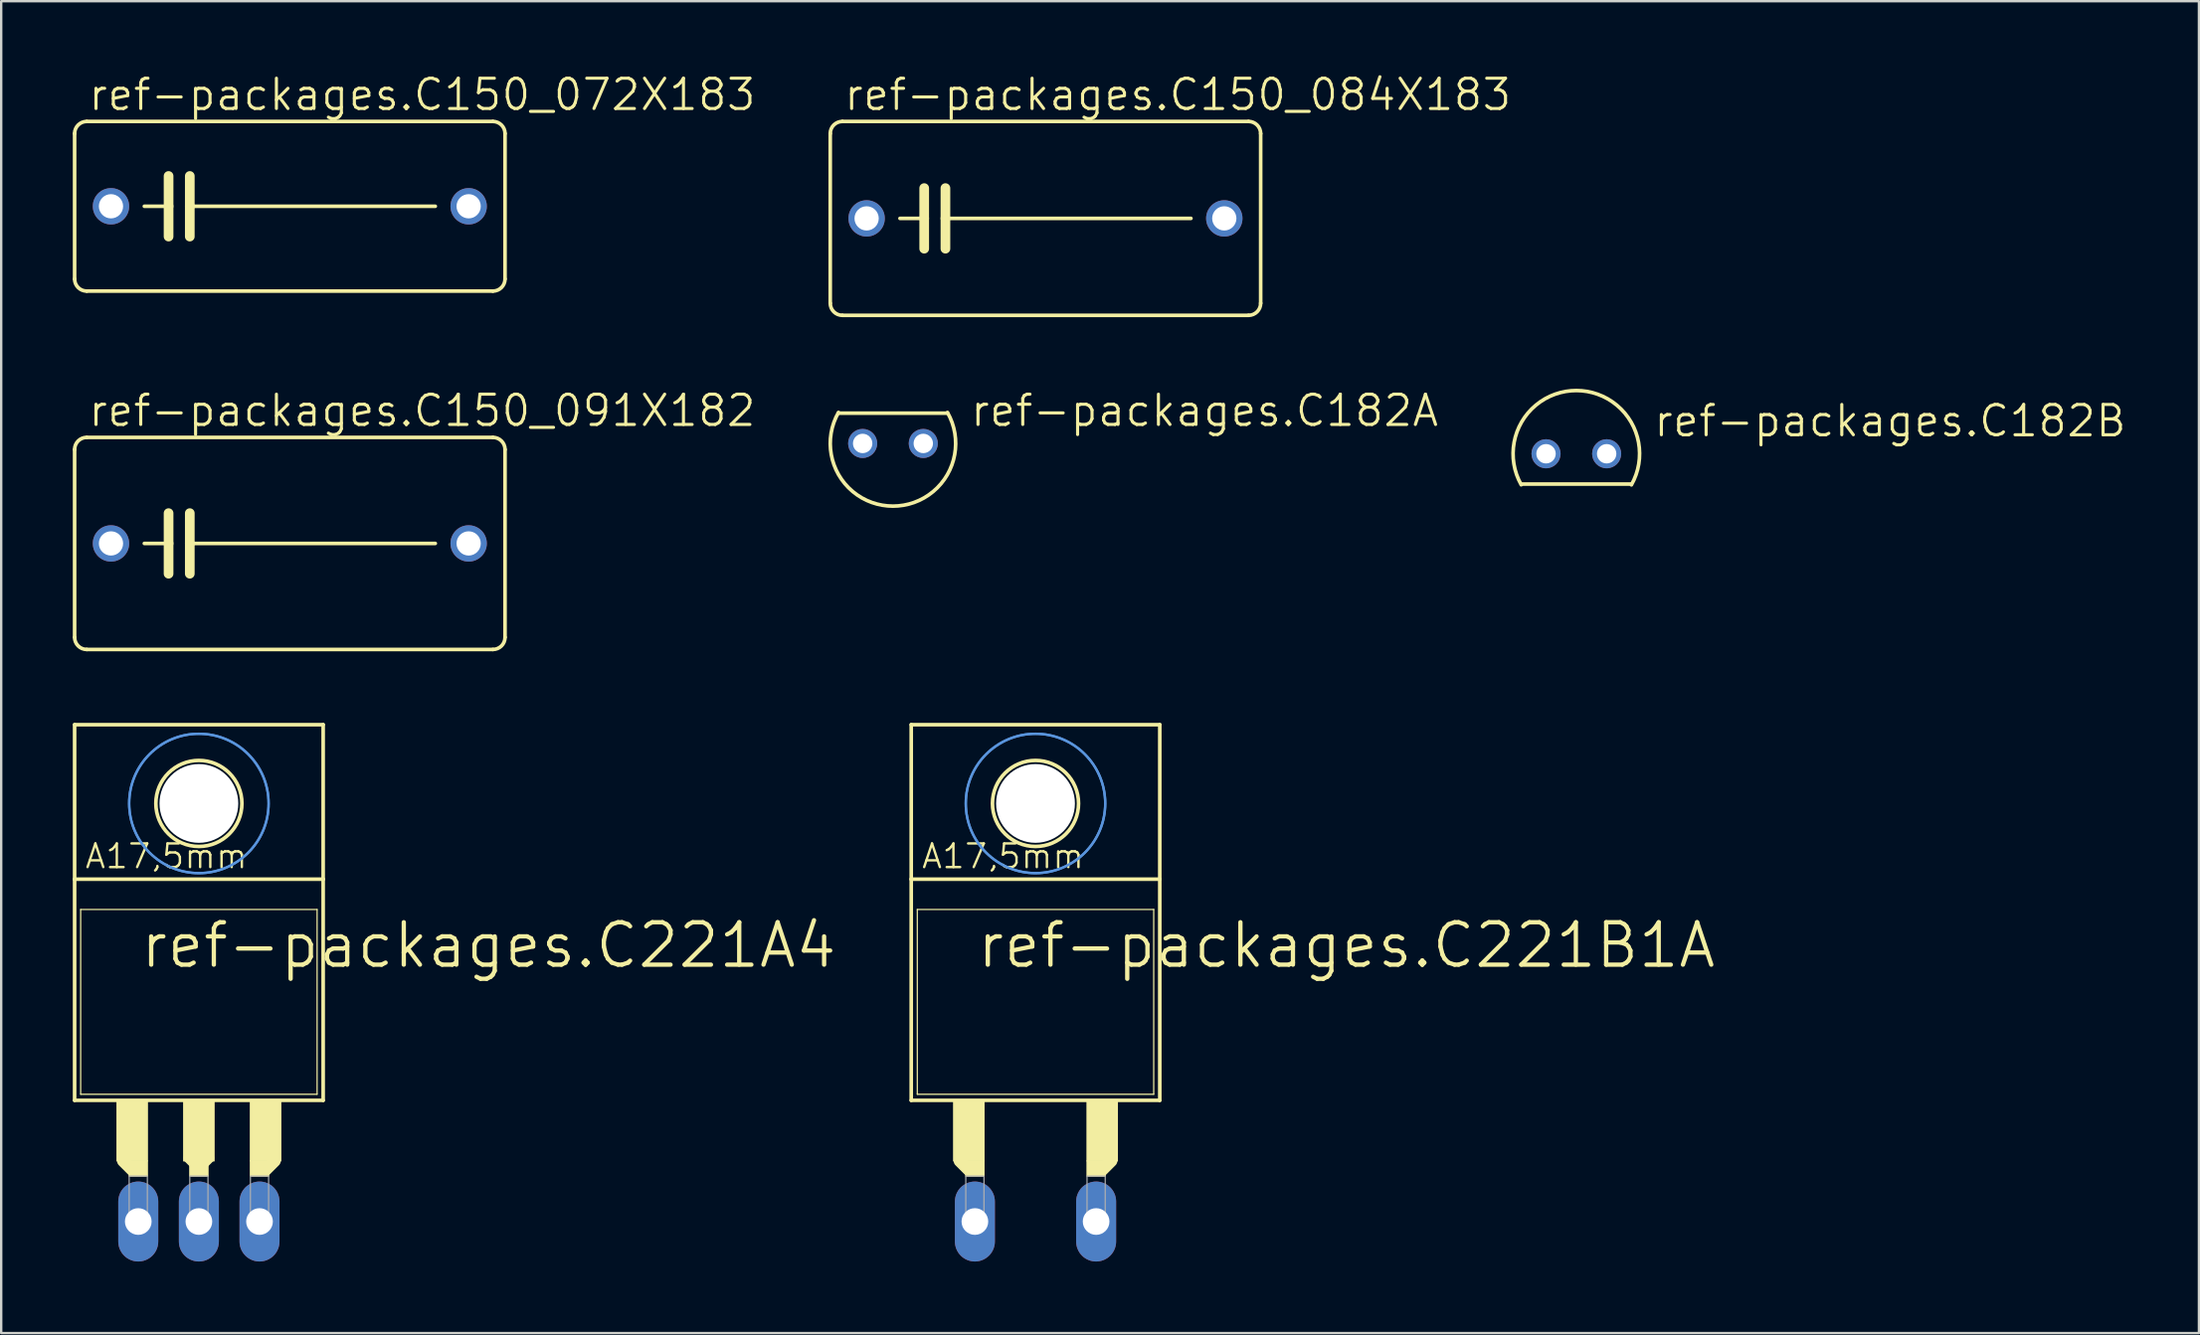
<source format=kicad_pcb>
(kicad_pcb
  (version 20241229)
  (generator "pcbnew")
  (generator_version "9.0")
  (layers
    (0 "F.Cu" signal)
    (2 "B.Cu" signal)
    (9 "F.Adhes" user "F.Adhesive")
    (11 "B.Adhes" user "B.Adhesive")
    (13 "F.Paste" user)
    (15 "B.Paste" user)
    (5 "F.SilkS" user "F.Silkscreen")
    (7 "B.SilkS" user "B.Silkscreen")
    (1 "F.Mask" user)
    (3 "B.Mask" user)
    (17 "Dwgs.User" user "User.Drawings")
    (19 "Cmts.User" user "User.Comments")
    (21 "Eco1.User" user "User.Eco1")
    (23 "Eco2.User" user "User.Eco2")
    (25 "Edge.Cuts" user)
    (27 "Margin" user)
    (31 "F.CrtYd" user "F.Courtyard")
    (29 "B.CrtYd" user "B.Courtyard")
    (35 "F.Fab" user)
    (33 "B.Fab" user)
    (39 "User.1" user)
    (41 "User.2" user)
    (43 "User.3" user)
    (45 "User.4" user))
  (footprint "ref-packages.C221A4"
    (layer "F.Cu")
    (at 5.283 41.807)
    (property "Reference" "ref-packages.C221A4" (at -2.54 -4.191 0) (layer "F.SilkS") (effects (font (size 1.778 1.778) (thickness 0.18)) (justify left bottom)))
    (attr through_hole)
    (fp_line (start -5.207 -8.001) (end -5.207 -14.478) (stroke (width 0.152) (type default)) (layer "F.SilkS"))
    (fp_line (start -5.207 1.27) (end -5.207 -8.001) (stroke (width 0.152) (type default)) (layer "F.SilkS"))
    (fp_line (start -5.207 1.27) (end 5.207 1.27) (stroke (width 0.152) (type default)) (layer "F.SilkS"))
    (fp_line (start -4.953 -6.731) (end -4.953 1.016) (stroke (width 0.051) (type default)) (layer "F.SilkS"))
    (fp_line (start -2.794 4.191) (end -3.175 3.81) (stroke (width 0.508) (type default)) (layer "F.SilkS"))
    (fp_line (start 0 4.064) (end -0.381 3.683) (stroke (width 0.508) (type default)) (layer "F.SilkS"))
    (fp_line (start 0.381 3.683) (end 0 4.064) (stroke (width 0.508) (type default)) (layer "F.SilkS"))
    (fp_line (start 3.175 3.81) (end 2.794 4.191) (stroke (width 0.508) (type default)) (layer "F.SilkS"))
    (fp_line (start 4.953 -6.731) (end -4.953 -6.731) (stroke (width 0.051) (type default)) (layer "F.SilkS"))
    (fp_line (start 4.953 -6.731) (end 4.953 1.016) (stroke (width 0.051) (type default)) (layer "F.SilkS"))
    (fp_line (start 4.953 1.016) (end -4.953 1.016) (stroke (width 0.051) (type default)) (layer "F.SilkS"))
    (fp_line (start 5.207 -14.478) (end -5.207 -14.478) (stroke (width 0.152) (type default)) (layer "F.SilkS"))
    (fp_line (start 5.207 -8.001) (end -5.207 -8.001) (stroke (width 0.152) (type default)) (layer "F.SilkS"))
    (fp_line (start 5.207 -8.001) (end 5.207 -14.478) (stroke (width 0.152) (type default)) (layer "F.SilkS"))
    (fp_line (start 5.207 1.27) (end 5.207 -8.001) (stroke (width 0.152) (type default)) (layer "F.SilkS"))
    (fp_rect (start -3.429 3.81) (end -2.159 1.27) (stroke (width 0.05) (type default)) (fill yes) (layer "F.SilkS"))
    (fp_rect (start -2.921 4.445) (end -2.159 3.81) (stroke (width 0.05) (type default)) (fill yes) (layer "F.SilkS"))
    (fp_rect (start -0.635 3.81) (end 0.635 1.27) (stroke (width 0.05) (type default)) (fill yes) (layer "F.SilkS"))
    (fp_rect (start -0.381 4.445) (end 0.381 3.81) (stroke (width 0.05) (type default)) (fill yes) (layer "F.SilkS"))
    (fp_rect (start 2.159 3.81) (end 3.429 1.27) (stroke (width 0.05) (type default)) (fill yes) (layer "F.SilkS"))
    (fp_rect (start 2.159 4.445) (end 2.921 3.81) (stroke (width 0.05) (type default)) (fill yes) (layer "F.SilkS"))
    (fp_circle (center 0 -11.176) (end 1.803 -11.176) (stroke (width 0.152) (type default)) (fill no) (layer "F.SilkS"))
    (fp_circle (center 0 -11.176) (end 2.921 -11.176) (stroke (width 0.1) (type default)) (fill no) (layer "Cmts.User"))
    (fp_circle (center 0 -11.176) (end 2.921 -11.176) (stroke (width 0.1) (type default)) (fill no) (layer "Cmts.User"))
    (fp_rect (start -2.921 6.35) (end -2.159 4.445) (stroke (width 0.05) (type default)) (fill no) (layer "F.Fab"))
    (fp_rect (start -0.381 6.35) (end 0.381 4.445) (stroke (width 0.05) (type default)) (fill no) (layer "F.Fab"))
    (fp_rect (start 2.159 6.35) (end 2.921 4.445) (stroke (width 0.05) (type default)) (fill no) (layer "F.Fab"))
    (fp_text user "A17,5mm" (at -4.826 -8.382 0) (layer "F.SilkS") (effects (font (size 0.991 0.991) (thickness 0.1)) (justify left bottom)))
    (pad "" np_thru_hole circle (at 0 -11.176) (size 3.302 3.302) (drill 3.302) (layers "*.Cu" "*.Mask"))
    (pad "A1" thru_hole oval (at -2.54 6.35 90) (size 3.353 1.676) (drill 1.118) (layers "*.Cu" "*.Mask"))
    (pad "A2" thru_hole oval (at 2.54 6.35 90) (size 3.353 1.676) (drill 1.118) (layers "*.Cu" "*.Mask"))
    (pad "C" thru_hole oval (at 0 6.35 90) (size 3.353 1.676) (drill 1.118) (layers "*.Cu" "*.Mask")))
  (footprint "ref-packages.C150_091X182"
    (layer "F.Cu")
    (at 9.093 19.731)
    (property "Reference" "ref-packages.C150_091X182" (at -8.509 -4.826 0) (layer "F.SilkS") (effects (font (size 1.27 1.27) (thickness 0.13)) (justify left bottom)))
    (attr through_hole)
    (fp_line (start -9.017 3.937) (end -9.017 -3.937) (stroke (width 0.152) (type default)) (layer "F.SilkS"))
    (fp_line (start -8.509 -4.445) (end 8.509 -4.445) (stroke (width 0.152) (type default)) (layer "F.SilkS"))
    (fp_line (start -5.08 -1.27) (end -5.08 0) (stroke (width 0.406) (type default)) (layer "F.SilkS"))
    (fp_line (start -5.08 0) (end -6.096 0) (stroke (width 0.152) (type default)) (layer "F.SilkS"))
    (fp_line (start -5.08 0) (end -5.08 1.27) (stroke (width 0.406) (type default)) (layer "F.SilkS"))
    (fp_line (start -4.191 -1.27) (end -4.191 0) (stroke (width 0.406) (type default)) (layer "F.SilkS"))
    (fp_line (start -4.191 0) (end -4.191 1.27) (stroke (width 0.406) (type default)) (layer "F.SilkS"))
    (fp_line (start -4.191 0) (end 6.096 0) (stroke (width 0.152) (type default)) (layer "F.SilkS"))
    (fp_line (start 8.509 4.445) (end -8.509 4.445) (stroke (width 0.152) (type default)) (layer "F.SilkS"))
    (fp_line (start 9.017 -3.937) (end 9.017 3.937) (stroke (width 0.152) (type default)) (layer "F.SilkS"))
    (fp_arc (start -9.017 -3.937) (mid -8.86821 -4.29621) (end -8.509 -4.445) (stroke (width 0.1524) (type default)) (layer "F.SilkS"))
    (fp_arc (start -8.509 4.445) (mid -8.86821 4.29621) (end -9.017 3.937) (stroke (width 0.1524) (type default)) (layer "F.SilkS"))
    (fp_arc (start 8.509 -4.445) (mid 8.86821 -4.29621) (end 9.017 -3.937) (stroke (width 0.1524) (type default)) (layer "F.SilkS"))
    (fp_arc (start 9.017 3.937) (mid 8.86821 4.29621) (end 8.509 4.445) (stroke (width 0.1524) (type default)) (layer "F.SilkS"))
    (pad "1" thru_hole circle (at -7.493 0) (size 1.524 1.524) (drill 1.016) (layers "*.Cu" "*.Mask"))
    (pad "2" thru_hole circle (at 7.493 0) (size 1.524 1.524) (drill 1.016) (layers "*.Cu" "*.Mask")))
  (footprint "ref-packages.C182B"
    (layer "F.Cu")
    (at 62.996 15.972)
    (property "Reference" "ref-packages.C182B" (at 3.175 -0.635 0) (layer "F.SilkS") (effects (font (size 1.27 1.27) (thickness 0.13)) (justify left bottom)))
    (attr through_hole)
    (fp_line (start -2.286 1.27) (end 2.286 1.27) (stroke (width 0.152) (type default)) (layer "F.SilkS"))
    (fp_arc (start -2.309542 1.3) (mid 0.002303 -2.650252) (end 2.307187 1.304066) (stroke (width 0.1524) (type default)) (layer "F.SilkS"))
    (pad "A" thru_hole circle (at 1.27 0) (size 1.219 1.219) (drill 0.813) (layers "*.Cu" "*.Mask"))
    (pad "C" thru_hole circle (at -1.27 0) (size 1.219 1.219) (drill 0.813) (layers "*.Cu" "*.Mask")))
  (footprint "ref-packages.C221B1A"
    (layer "F.Cu")
    (at 40.336 41.807)
    (property "Reference" "ref-packages.C221B1A" (at -2.54 -4.191 0) (layer "F.SilkS") (effects (font (size 1.778 1.778) (thickness 0.18)) (justify left bottom)))
    (attr through_hole)
    (fp_line (start -5.207 -8.001) (end -5.207 -14.478) (stroke (width 0.152) (type default)) (layer "F.SilkS"))
    (fp_line (start -5.207 1.27) (end -5.207 -8.001) (stroke (width 0.152) (type default)) (layer "F.SilkS"))
    (fp_line (start -5.207 1.27) (end 5.207 1.27) (stroke (width 0.152) (type default)) (layer "F.SilkS"))
    (fp_line (start -4.953 -6.731) (end -4.953 1.016) (stroke (width 0.051) (type default)) (layer "F.SilkS"))
    (fp_line (start -2.794 4.191) (end -3.175 3.81) (stroke (width 0.508) (type default)) (layer "F.SilkS"))
    (fp_line (start 3.175 3.81) (end 2.794 4.191) (stroke (width 0.508) (type default)) (layer "F.SilkS"))
    (fp_line (start 4.953 -6.731) (end -4.953 -6.731) (stroke (width 0.051) (type default)) (layer "F.SilkS"))
    (fp_line (start 4.953 -6.731) (end 4.953 1.016) (stroke (width 0.051) (type default)) (layer "F.SilkS"))
    (fp_line (start 4.953 1.016) (end -4.953 1.016) (stroke (width 0.051) (type default)) (layer "F.SilkS"))
    (fp_line (start 5.207 -14.478) (end -5.207 -14.478) (stroke (width 0.152) (type default)) (layer "F.SilkS"))
    (fp_line (start 5.207 -8.001) (end -5.207 -8.001) (stroke (width 0.152) (type default)) (layer "F.SilkS"))
    (fp_line (start 5.207 -8.001) (end 5.207 -14.478) (stroke (width 0.152) (type default)) (layer "F.SilkS"))
    (fp_line (start 5.207 1.27) (end 5.207 -8.001) (stroke (width 0.152) (type default)) (layer "F.SilkS"))
    (fp_rect (start -3.429 3.81) (end -2.159 1.27) (stroke (width 0.05) (type default)) (fill yes) (layer "F.SilkS"))
    (fp_rect (start -2.921 4.445) (end -2.159 3.81) (stroke (width 0.05) (type default)) (fill yes) (layer "F.SilkS"))
    (fp_rect (start 2.159 3.81) (end 3.429 1.27) (stroke (width 0.05) (type default)) (fill yes) (layer "F.SilkS"))
    (fp_rect (start 2.159 4.445) (end 2.921 3.81) (stroke (width 0.05) (type default)) (fill yes) (layer "F.SilkS"))
    (fp_circle (center 0 -11.176) (end 1.803 -11.176) (stroke (width 0.152) (type default)) (fill no) (layer "F.SilkS"))
    (fp_circle (center 0 -11.176) (end 2.921 -11.176) (stroke (width 0.1) (type default)) (fill no) (layer "Cmts.User"))
    (fp_circle (center 0 -11.176) (end 2.921 -11.176) (stroke (width 0.1) (type default)) (fill no) (layer "Cmts.User"))
    (fp_rect (start -2.921 6.35) (end -2.159 4.445) (stroke (width 0.05) (type default)) (fill no) (layer "F.Fab"))
    (fp_rect (start 2.159 6.35) (end 2.921 4.445) (stroke (width 0.05) (type default)) (fill no) (layer "F.Fab"))
    (fp_text user "A17,5mm" (at -4.826 -8.382 0) (layer "F.SilkS") (effects (font (size 0.991 0.991) (thickness 0.1)) (justify left bottom)))
    (pad "" np_thru_hole circle (at 0 -11.176) (size 3.302 3.302) (drill 3.302) (layers "*.Cu" "*.Mask"))
    (pad "A" thru_hole oval (at 2.54 6.35 90) (size 3.353 1.676) (drill 1.118) (layers "*.Cu" "*.Mask"))
    (pad "C" thru_hole oval (at -2.54 6.35 90) (size 3.353 1.676) (drill 1.118) (layers "*.Cu" "*.Mask")))
  (footprint "ref-packages.C150_072X183"
    (layer "F.Cu")
    (at 9.093 5.597)
    (property "Reference" "ref-packages.C150_072X183" (at -8.509 -3.937 0) (layer "F.SilkS") (effects (font (size 1.27 1.27) (thickness 0.13)) (justify left bottom)))
    (attr through_hole)
    (fp_line (start -9.017 3.048) (end -9.017 -3.048) (stroke (width 0.152) (type default)) (layer "F.SilkS"))
    (fp_line (start -8.509 -3.556) (end 8.509 -3.556) (stroke (width 0.152) (type default)) (layer "F.SilkS"))
    (fp_line (start -5.08 -1.27) (end -5.08 0) (stroke (width 0.406) (type default)) (layer "F.SilkS"))
    (fp_line (start -5.08 0) (end -6.096 0) (stroke (width 0.152) (type default)) (layer "F.SilkS"))
    (fp_line (start -5.08 0) (end -5.08 1.27) (stroke (width 0.406) (type default)) (layer "F.SilkS"))
    (fp_line (start -4.191 -1.27) (end -4.191 0) (stroke (width 0.406) (type default)) (layer "F.SilkS"))
    (fp_line (start -4.191 0) (end -4.191 1.27) (stroke (width 0.406) (type default)) (layer "F.SilkS"))
    (fp_line (start -4.191 0) (end 6.096 0) (stroke (width 0.152) (type default)) (layer "F.SilkS"))
    (fp_line (start 8.509 3.556) (end -8.509 3.556) (stroke (width 0.152) (type default)) (layer "F.SilkS"))
    (fp_line (start 9.017 -3.048) (end 9.017 3.048) (stroke (width 0.152) (type default)) (layer "F.SilkS"))
    (fp_arc (start -9.017 -3.048) (mid -8.86821 -3.40721) (end -8.509 -3.556) (stroke (width 0.1524) (type default)) (layer "F.SilkS"))
    (fp_arc (start -8.509 3.556) (mid -8.86821 3.40721) (end -9.017 3.048) (stroke (width 0.1524) (type default)) (layer "F.SilkS"))
    (fp_arc (start 8.509 -3.556) (mid 8.86821 -3.40721) (end 9.017 -3.048) (stroke (width 0.1524) (type default)) (layer "F.SilkS"))
    (fp_arc (start 9.017 3.048) (mid 8.86821 3.40721) (end 8.509 3.556) (stroke (width 0.1524) (type default)) (layer "F.SilkS"))
    (pad "1" thru_hole circle (at -7.493 0) (size 1.524 1.524) (drill 1.016) (layers "*.Cu" "*.Mask"))
    (pad "2" thru_hole circle (at 7.493 0) (size 1.524 1.524) (drill 1.016) (layers "*.Cu" "*.Mask")))
  (footprint "ref-packages.C182A"
    (layer "F.Cu")
    (at 34.364 15.54)
    (property "Reference" "ref-packages.C182A" (at 3.175 -0.635 0) (layer "F.SilkS") (effects (font (size 1.27 1.27) (thickness 0.13)) (justify left bottom)))
    (attr through_hole)
    (fp_line (start 2.286 -1.27) (end -2.286 -1.27) (stroke (width 0.152) (type default)) (layer "F.SilkS"))
    (fp_arc (start 2.28398 -1.298848) (mid -0.000632 2.627438) (end -2.283263 -1.3) (stroke (width 0.1524) (type default)) (layer "F.SilkS"))
    (pad "A" thru_hole circle (at 1.27 0) (size 1.219 1.219) (drill 0.813) (layers "*.Cu" "*.Mask"))
    (pad "C" thru_hole circle (at -1.27 0) (size 1.219 1.219) (drill 0.813) (layers "*.Cu" "*.Mask")))
  (footprint "ref-packages.C150_084X183"
    (layer "F.Cu")
    (at 40.753 6.105)
    (property "Reference" "ref-packages.C150_084X183" (at -8.509 -4.445 0) (layer "F.SilkS") (effects (font (size 1.27 1.27) (thickness 0.13)) (justify left bottom)))
    (attr through_hole)
    (fp_line (start -9.017 3.556) (end -9.017 -3.556) (stroke (width 0.152) (type default)) (layer "F.SilkS"))
    (fp_line (start -8.509 -4.064) (end 8.509 -4.064) (stroke (width 0.152) (type default)) (layer "F.SilkS"))
    (fp_line (start -5.08 -1.27) (end -5.08 0) (stroke (width 0.406) (type default)) (layer "F.SilkS"))
    (fp_line (start -5.08 0) (end -6.096 0) (stroke (width 0.152) (type default)) (layer "F.SilkS"))
    (fp_line (start -5.08 0) (end -5.08 1.27) (stroke (width 0.406) (type default)) (layer "F.SilkS"))
    (fp_line (start -4.191 -1.27) (end -4.191 0) (stroke (width 0.406) (type default)) (layer "F.SilkS"))
    (fp_line (start -4.191 0) (end -4.191 1.27) (stroke (width 0.406) (type default)) (layer "F.SilkS"))
    (fp_line (start -4.191 0) (end 6.096 0) (stroke (width 0.152) (type default)) (layer "F.SilkS"))
    (fp_line (start 8.509 4.064) (end -8.509 4.064) (stroke (width 0.152) (type default)) (layer "F.SilkS"))
    (fp_line (start 9.017 -3.556) (end 9.017 3.556) (stroke (width 0.152) (type default)) (layer "F.SilkS"))
    (fp_arc (start -9.017 -3.556) (mid -8.86821 -3.91521) (end -8.509 -4.064) (stroke (width 0.1524) (type default)) (layer "F.SilkS"))
    (fp_arc (start -8.509 4.064) (mid -8.86821 3.91521) (end -9.017 3.556) (stroke (width 0.1524) (type default)) (layer "F.SilkS"))
    (fp_arc (start 8.509 -4.064) (mid 8.86821 -3.91521) (end 9.017 -3.556) (stroke (width 0.1524) (type default)) (layer "F.SilkS"))
    (fp_arc (start 9.017 3.556) (mid 8.86821 3.91521) (end 8.509 4.064) (stroke (width 0.1524) (type default)) (layer "F.SilkS"))
    (pad "1" thru_hole circle (at -7.493 0) (size 1.524 1.524) (drill 1.016) (layers "*.Cu" "*.Mask"))
    (pad "2" thru_hole circle (at 7.493 0) (size 1.524 1.524) (drill 1.016) (layers "*.Cu" "*.Mask")))
  (gr_rect
    (start -3 -3)
    (end 89.082 52.833)
    (stroke (width 0.1) (type default))
    (fill no)
    (layer "Edge.Cuts")))
</source>
